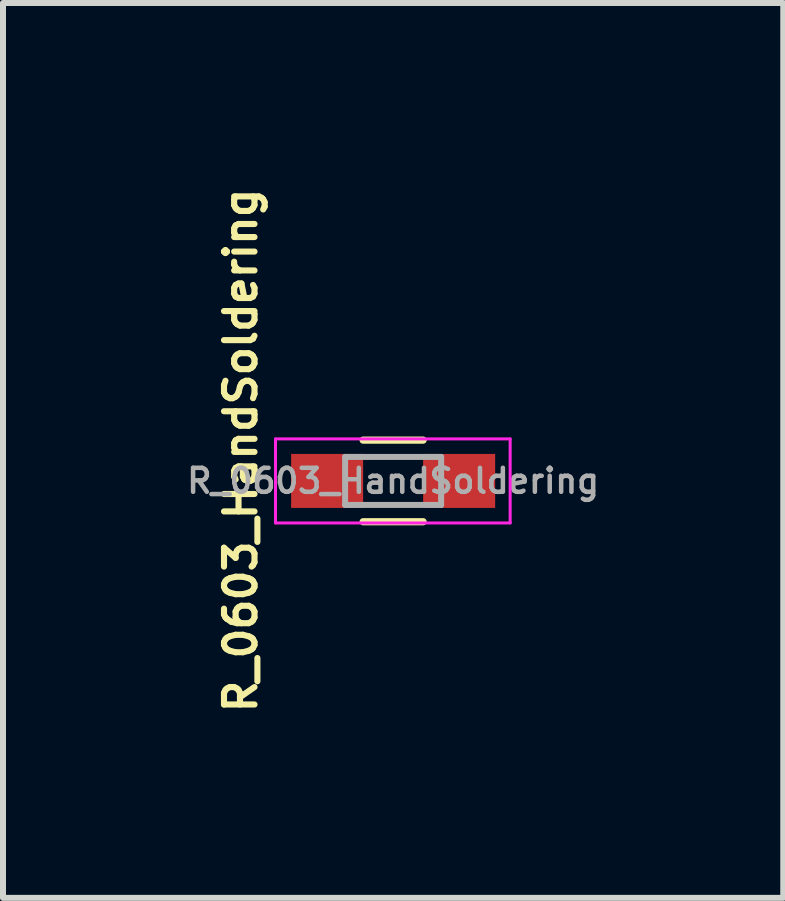
<source format=kicad_pcb>
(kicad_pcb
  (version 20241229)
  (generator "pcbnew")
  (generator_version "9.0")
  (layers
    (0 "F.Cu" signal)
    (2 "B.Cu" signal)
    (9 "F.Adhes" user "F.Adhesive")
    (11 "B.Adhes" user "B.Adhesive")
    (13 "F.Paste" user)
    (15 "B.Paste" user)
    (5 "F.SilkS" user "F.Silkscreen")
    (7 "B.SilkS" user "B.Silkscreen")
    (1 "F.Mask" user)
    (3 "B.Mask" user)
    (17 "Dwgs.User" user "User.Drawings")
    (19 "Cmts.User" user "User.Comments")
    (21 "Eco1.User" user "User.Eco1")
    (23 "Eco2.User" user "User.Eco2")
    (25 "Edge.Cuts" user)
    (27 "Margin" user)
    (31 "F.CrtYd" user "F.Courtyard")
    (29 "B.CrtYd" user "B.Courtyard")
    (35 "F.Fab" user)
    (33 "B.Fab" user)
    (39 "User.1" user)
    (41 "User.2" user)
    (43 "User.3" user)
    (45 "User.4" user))
  (footprint "R_0603_HandSoldering"
    (layer "F.Cu")
    (at 3.501 4.964)
    (property "Reference" "R_0603_HandSoldering" (at -2.54 -0.508 90) (layer "F.SilkS") (effects (font (size 0.508 0.508) (thickness 0.102))))
    (attr smd)
    (fp_line (start -0.5 -0.68) (end 0.5 -0.68) (stroke (width 0.12) (type solid)) (layer "F.SilkS"))
    (fp_line (start 0.5 0.68) (end -0.5 0.68) (stroke (width 0.12) (type solid)) (layer "F.SilkS"))
    (fp_line (start -1.96 -0.7) (end -1.96 0.7) (stroke (width 0.05) (type solid)) (layer "F.CrtYd"))
    (fp_line (start -1.96 -0.7) (end 1.95 -0.7) (stroke (width 0.05) (type solid)) (layer "F.CrtYd"))
    (fp_line (start 1.95 0.7) (end -1.96 0.7) (stroke (width 0.05) (type solid)) (layer "F.CrtYd"))
    (fp_line (start 1.95 0.7) (end 1.95 -0.7) (stroke (width 0.05) (type solid)) (layer "F.CrtYd"))
    (fp_line (start -0.8 -0.4) (end 0.8 -0.4) (stroke (width 0.1) (type solid)) (layer "F.Fab"))
    (fp_line (start -0.8 0.4) (end -0.8 -0.4) (stroke (width 0.1) (type solid)) (layer "F.Fab"))
    (fp_line (start 0.8 -0.4) (end 0.8 0.4) (stroke (width 0.1) (type solid)) (layer "F.Fab"))
    (fp_line (start 0.8 0.4) (end -0.8 0.4) (stroke (width 0.1) (type solid)) (layer "F.Fab"))
    (fp_text user "${REFERENCE}" (at 0 0 0) (layer "F.Fab") (effects (font (size 0.4 0.4) (thickness 0.075))))
    (pad "1" smd rect (at -1.1 0) (size 1.2 0.9) (layers "F.Cu" "F.Mask" "F.Paste"))
    (pad "2" smd rect (at 1.1 0) (size 1.2 0.9) (layers "F.Cu" "F.Mask" "F.Paste")))
  (gr_rect
    (start -3 -3)
    (end 10.002 11.912)
    (stroke (width 0.1) (type default))
    (fill no)
    (layer "Edge.Cuts")))
</source>
